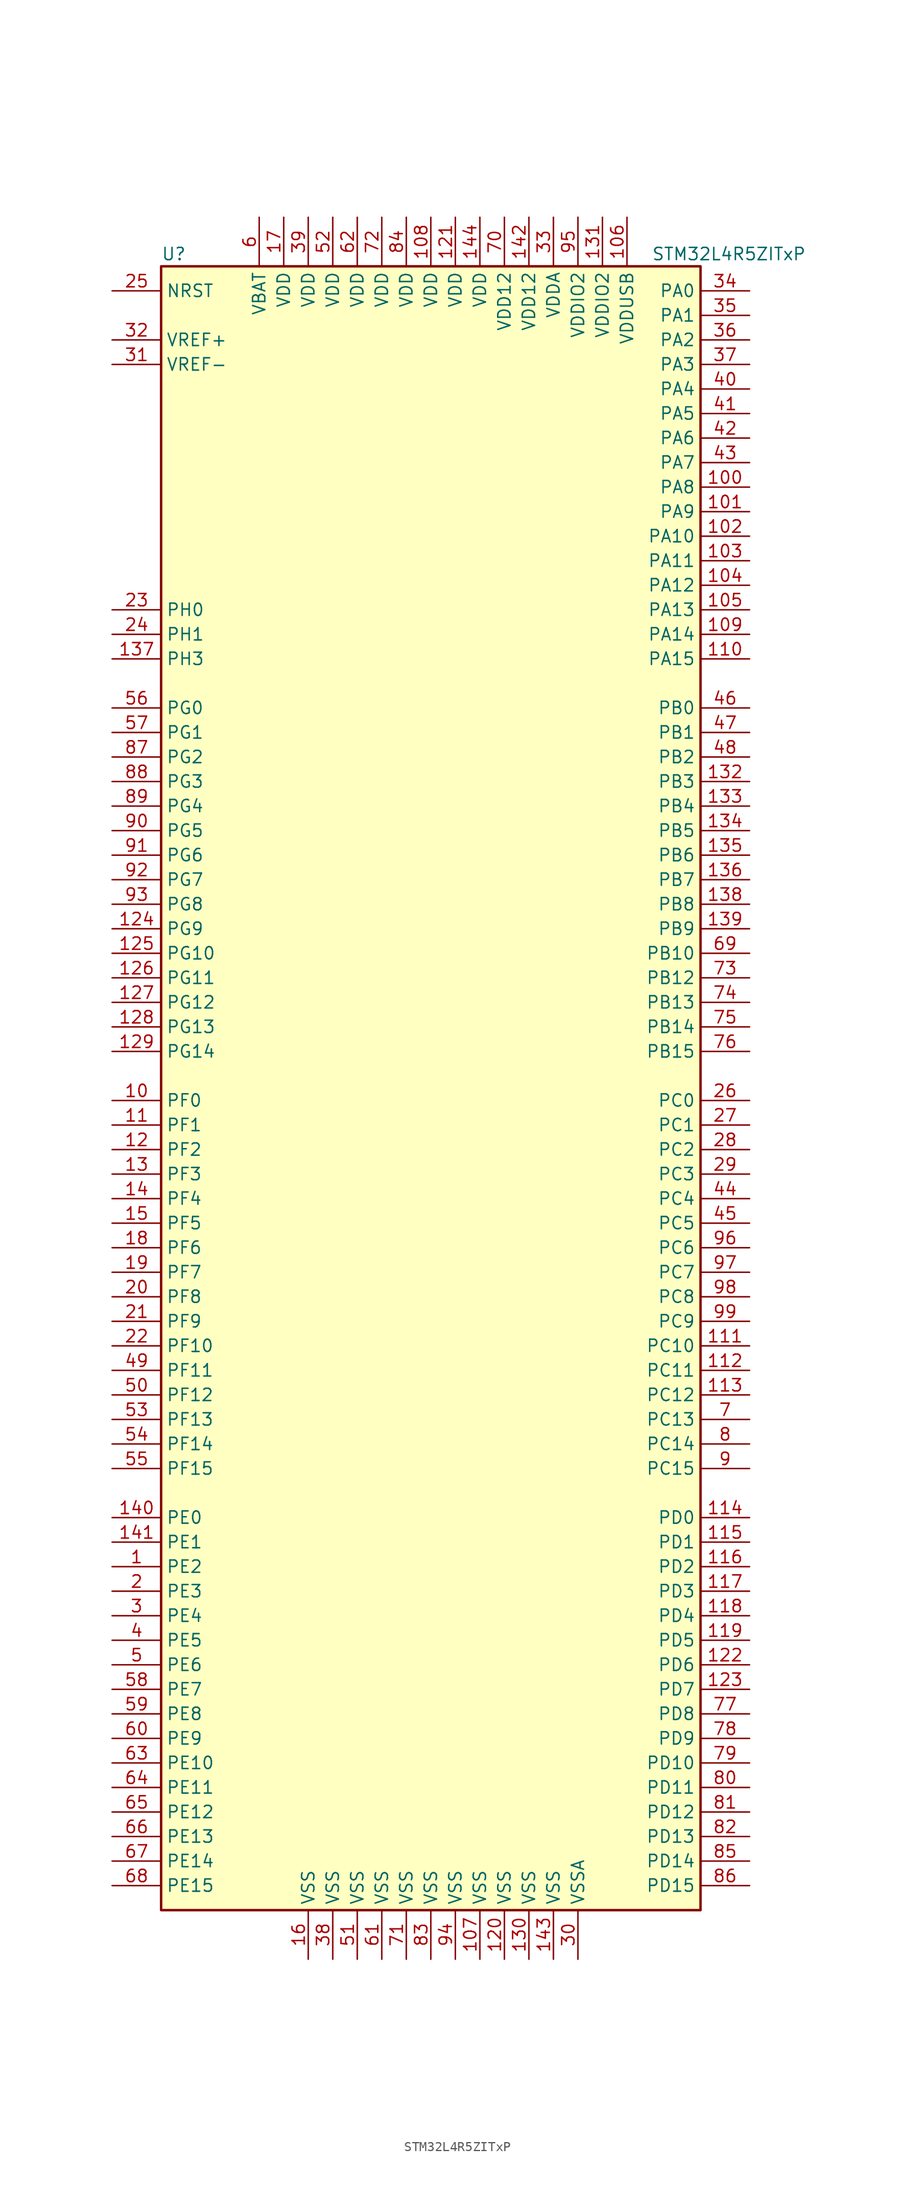
<source format=kicad_sym>
(kicad_symbol_lib
  (version 20201005)
  (generator kicad_symbol_editor)
  (symbol "STM32L4R5ZITxP"
    (property "Reference" "U"
      (at -27.94 85.09 0)
      (effects (font (size 1.27 1.27)) (justify left)))
    (property "Value" "STM32L4R5ZITxP"
      (at 22.86 85.09 0)
      (effects (font (size 1.27 1.27)) (justify left)))
    (symbol "STM32L4R5ZITxP_0_1"
      (rectangle (start -27.94 -86.36) (end 27.94 83.82) (stroke (width 0.254)) (fill (type background))))
    (symbol "STM32L4R5ZITxP_1_1"
      (pin input line (at -33.02 81.28 0) (length 5.08) (name "NRST" (effects (font (size 1.27 1.27)))) (number "25" (effects (font (size 1.27 1.27)))))
      (pin bidirectional line (at 33.02 81.28 180) (length 5.08) (name "PA0" (effects (font (size 1.27 1.27)))) (number "34" (effects (font (size 1.27 1.27)))))
      (pin bidirectional line (at 33.02 78.74 180) (length 5.08) (name "PA1" (effects (font (size 1.27 1.27)))) (number "35" (effects (font (size 1.27 1.27)))))
      (pin bidirectional line (at 33.02 55.88 180) (length 5.08) (name "PA10" (effects (font (size 1.27 1.27)))) (number "102" (effects (font (size 1.27 1.27)))))
      (pin bidirectional line (at 33.02 53.34 180) (length 5.08) (name "PA11" (effects (font (size 1.27 1.27)))) (number "103" (effects (font (size 1.27 1.27)))))
      (pin bidirectional line (at 33.02 50.8 180) (length 5.08) (name "PA12" (effects (font (size 1.27 1.27)))) (number "104" (effects (font (size 1.27 1.27)))))
      (pin bidirectional line (at 33.02 48.26 180) (length 5.08) (name "PA13" (effects (font (size 1.27 1.27)))) (number "105" (effects (font (size 1.27 1.27)))))
      (pin bidirectional line (at 33.02 45.72 180) (length 5.08) (name "PA14" (effects (font (size 1.27 1.27)))) (number "109" (effects (font (size 1.27 1.27)))))
      (pin bidirectional line (at 33.02 43.18 180) (length 5.08) (name "PA15" (effects (font (size 1.27 1.27)))) (number "110" (effects (font (size 1.27 1.27)))))
      (pin bidirectional line (at 33.02 76.2 180) (length 5.08) (name "PA2" (effects (font (size 1.27 1.27)))) (number "36" (effects (font (size 1.27 1.27)))))
      (pin bidirectional line (at 33.02 73.66 180) (length 5.08) (name "PA3" (effects (font (size 1.27 1.27)))) (number "37" (effects (font (size 1.27 1.27)))))
      (pin bidirectional line (at 33.02 71.12 180) (length 5.08) (name "PA4" (effects (font (size 1.27 1.27)))) (number "40" (effects (font (size 1.27 1.27)))))
      (pin bidirectional line (at 33.02 68.58 180) (length 5.08) (name "PA5" (effects (font (size 1.27 1.27)))) (number "41" (effects (font (size 1.27 1.27)))))
      (pin bidirectional line (at 33.02 66.04 180) (length 5.08) (name "PA6" (effects (font (size 1.27 1.27)))) (number "42" (effects (font (size 1.27 1.27)))))
      (pin bidirectional line (at 33.02 63.5 180) (length 5.08) (name "PA7" (effects (font (size 1.27 1.27)))) (number "43" (effects (font (size 1.27 1.27)))))
      (pin bidirectional line (at 33.02 60.96 180) (length 5.08) (name "PA8" (effects (font (size 1.27 1.27)))) (number "100" (effects (font (size 1.27 1.27)))))
      (pin bidirectional line (at 33.02 58.42 180) (length 5.08) (name "PA9" (effects (font (size 1.27 1.27)))) (number "101" (effects (font (size 1.27 1.27)))))
      (pin bidirectional line (at 33.02 38.1 180) (length 5.08) (name "PB0" (effects (font (size 1.27 1.27)))) (number "46" (effects (font (size 1.27 1.27)))))
      (pin bidirectional line (at 33.02 35.56 180) (length 5.08) (name "PB1" (effects (font (size 1.27 1.27)))) (number "47" (effects (font (size 1.27 1.27)))))
      (pin bidirectional line (at 33.02 12.7 180) (length 5.08) (name "PB10" (effects (font (size 1.27 1.27)))) (number "69" (effects (font (size 1.27 1.27)))))
      (pin bidirectional line (at 33.02 10.16 180) (length 5.08) (name "PB12" (effects (font (size 1.27 1.27)))) (number "73" (effects (font (size 1.27 1.27)))))
      (pin bidirectional line (at 33.02 7.62 180) (length 5.08) (name "PB13" (effects (font (size 1.27 1.27)))) (number "74" (effects (font (size 1.27 1.27)))))
      (pin bidirectional line (at 33.02 5.08 180) (length 5.08) (name "PB14" (effects (font (size 1.27 1.27)))) (number "75" (effects (font (size 1.27 1.27)))))
      (pin bidirectional line (at 33.02 2.54 180) (length 5.08) (name "PB15" (effects (font (size 1.27 1.27)))) (number "76" (effects (font (size 1.27 1.27)))))
      (pin bidirectional line (at 33.02 33.02 180) (length 5.08) (name "PB2" (effects (font (size 1.27 1.27)))) (number "48" (effects (font (size 1.27 1.27)))))
      (pin bidirectional line (at 33.02 30.48 180) (length 5.08) (name "PB3" (effects (font (size 1.27 1.27)))) (number "132" (effects (font (size 1.27 1.27)))))
      (pin bidirectional line (at 33.02 27.94 180) (length 5.08) (name "PB4" (effects (font (size 1.27 1.27)))) (number "133" (effects (font (size 1.27 1.27)))))
      (pin bidirectional line (at 33.02 25.4 180) (length 5.08) (name "PB5" (effects (font (size 1.27 1.27)))) (number "134" (effects (font (size 1.27 1.27)))))
      (pin bidirectional line (at 33.02 22.86 180) (length 5.08) (name "PB6" (effects (font (size 1.27 1.27)))) (number "135" (effects (font (size 1.27 1.27)))))
      (pin bidirectional line (at 33.02 20.32 180) (length 5.08) (name "PB7" (effects (font (size 1.27 1.27)))) (number "136" (effects (font (size 1.27 1.27)))))
      (pin bidirectional line (at 33.02 17.78 180) (length 5.08) (name "PB8" (effects (font (size 1.27 1.27)))) (number "138" (effects (font (size 1.27 1.27)))))
      (pin bidirectional line (at 33.02 15.24 180) (length 5.08) (name "PB9" (effects (font (size 1.27 1.27)))) (number "139" (effects (font (size 1.27 1.27)))))
      (pin bidirectional line (at 33.02 -2.54 180) (length 5.08) (name "PC0" (effects (font (size 1.27 1.27)))) (number "26" (effects (font (size 1.27 1.27)))))
      (pin bidirectional line (at 33.02 -5.08 180) (length 5.08) (name "PC1" (effects (font (size 1.27 1.27)))) (number "27" (effects (font (size 1.27 1.27)))))
      (pin bidirectional line (at 33.02 -27.94 180) (length 5.08) (name "PC10" (effects (font (size 1.27 1.27)))) (number "111" (effects (font (size 1.27 1.27)))))
      (pin bidirectional line (at 33.02 -30.48 180) (length 5.08) (name "PC11" (effects (font (size 1.27 1.27)))) (number "112" (effects (font (size 1.27 1.27)))))
      (pin bidirectional line (at 33.02 -33.02 180) (length 5.08) (name "PC12" (effects (font (size 1.27 1.27)))) (number "113" (effects (font (size 1.27 1.27)))))
      (pin bidirectional line (at 33.02 -35.56 180) (length 5.08) (name "PC13" (effects (font (size 1.27 1.27)))) (number "7" (effects (font (size 1.27 1.27)))))
      (pin bidirectional line (at 33.02 -38.1 180) (length 5.08) (name "PC14" (effects (font (size 1.27 1.27)))) (number "8" (effects (font (size 1.27 1.27)))))
      (pin bidirectional line (at 33.02 -40.64 180) (length 5.08) (name "PC15" (effects (font (size 1.27 1.27)))) (number "9" (effects (font (size 1.27 1.27)))))
      (pin bidirectional line (at 33.02 -7.62 180) (length 5.08) (name "PC2" (effects (font (size 1.27 1.27)))) (number "28" (effects (font (size 1.27 1.27)))))
      (pin bidirectional line (at 33.02 -10.16 180) (length 5.08) (name "PC3" (effects (font (size 1.27 1.27)))) (number "29" (effects (font (size 1.27 1.27)))))
      (pin bidirectional line (at 33.02 -12.7 180) (length 5.08) (name "PC4" (effects (font (size 1.27 1.27)))) (number "44" (effects (font (size 1.27 1.27)))))
      (pin bidirectional line (at 33.02 -15.24 180) (length 5.08) (name "PC5" (effects (font (size 1.27 1.27)))) (number "45" (effects (font (size 1.27 1.27)))))
      (pin bidirectional line (at 33.02 -17.78 180) (length 5.08) (name "PC6" (effects (font (size 1.27 1.27)))) (number "96" (effects (font (size 1.27 1.27)))))
      (pin bidirectional line (at 33.02 -20.32 180) (length 5.08) (name "PC7" (effects (font (size 1.27 1.27)))) (number "97" (effects (font (size 1.27 1.27)))))
      (pin bidirectional line (at 33.02 -22.86 180) (length 5.08) (name "PC8" (effects (font (size 1.27 1.27)))) (number "98" (effects (font (size 1.27 1.27)))))
      (pin bidirectional line (at 33.02 -25.4 180) (length 5.08) (name "PC9" (effects (font (size 1.27 1.27)))) (number "99" (effects (font (size 1.27 1.27)))))
      (pin bidirectional line (at 33.02 -45.72 180) (length 5.08) (name "PD0" (effects (font (size 1.27 1.27)))) (number "114" (effects (font (size 1.27 1.27)))))
      (pin bidirectional line (at 33.02 -48.26 180) (length 5.08) (name "PD1" (effects (font (size 1.27 1.27)))) (number "115" (effects (font (size 1.27 1.27)))))
      (pin bidirectional line (at 33.02 -71.12 180) (length 5.08) (name "PD10" (effects (font (size 1.27 1.27)))) (number "79" (effects (font (size 1.27 1.27)))))
      (pin bidirectional line (at 33.02 -73.66 180) (length 5.08) (name "PD11" (effects (font (size 1.27 1.27)))) (number "80" (effects (font (size 1.27 1.27)))))
      (pin bidirectional line (at 33.02 -76.2 180) (length 5.08) (name "PD12" (effects (font (size 1.27 1.27)))) (number "81" (effects (font (size 1.27 1.27)))))
      (pin bidirectional line (at 33.02 -78.74 180) (length 5.08) (name "PD13" (effects (font (size 1.27 1.27)))) (number "82" (effects (font (size 1.27 1.27)))))
      (pin bidirectional line (at 33.02 -81.28 180) (length 5.08) (name "PD14" (effects (font (size 1.27 1.27)))) (number "85" (effects (font (size 1.27 1.27)))))
      (pin bidirectional line (at 33.02 -83.82 180) (length 5.08) (name "PD15" (effects (font (size 1.27 1.27)))) (number "86" (effects (font (size 1.27 1.27)))))
      (pin bidirectional line (at 33.02 -50.8 180) (length 5.08) (name "PD2" (effects (font (size 1.27 1.27)))) (number "116" (effects (font (size 1.27 1.27)))))
      (pin bidirectional line (at 33.02 -53.34 180) (length 5.08) (name "PD3" (effects (font (size 1.27 1.27)))) (number "117" (effects (font (size 1.27 1.27)))))
      (pin bidirectional line (at 33.02 -55.88 180) (length 5.08) (name "PD4" (effects (font (size 1.27 1.27)))) (number "118" (effects (font (size 1.27 1.27)))))
      (pin bidirectional line (at 33.02 -58.42 180) (length 5.08) (name "PD5" (effects (font (size 1.27 1.27)))) (number "119" (effects (font (size 1.27 1.27)))))
      (pin bidirectional line (at 33.02 -60.96 180) (length 5.08) (name "PD6" (effects (font (size 1.27 1.27)))) (number "122" (effects (font (size 1.27 1.27)))))
      (pin bidirectional line (at 33.02 -63.5 180) (length 5.08) (name "PD7" (effects (font (size 1.27 1.27)))) (number "123" (effects (font (size 1.27 1.27)))))
      (pin bidirectional line (at 33.02 -66.04 180) (length 5.08) (name "PD8" (effects (font (size 1.27 1.27)))) (number "77" (effects (font (size 1.27 1.27)))))
      (pin bidirectional line (at 33.02 -68.58 180) (length 5.08) (name "PD9" (effects (font (size 1.27 1.27)))) (number "78" (effects (font (size 1.27 1.27)))))
      (pin bidirectional line (at -33.02 -45.72 0) (length 5.08) (name "PE0" (effects (font (size 1.27 1.27)))) (number "140" (effects (font (size 1.27 1.27)))))
      (pin bidirectional line (at -33.02 -48.26 0) (length 5.08) (name "PE1" (effects (font (size 1.27 1.27)))) (number "141" (effects (font (size 1.27 1.27)))))
      (pin bidirectional line (at -33.02 -71.12 0) (length 5.08) (name "PE10" (effects (font (size 1.27 1.27)))) (number "63" (effects (font (size 1.27 1.27)))))
      (pin bidirectional line (at -33.02 -73.66 0) (length 5.08) (name "PE11" (effects (font (size 1.27 1.27)))) (number "64" (effects (font (size 1.27 1.27)))))
      (pin bidirectional line (at -33.02 -76.2 0) (length 5.08) (name "PE12" (effects (font (size 1.27 1.27)))) (number "65" (effects (font (size 1.27 1.27)))))
      (pin bidirectional line (at -33.02 -78.74 0) (length 5.08) (name "PE13" (effects (font (size 1.27 1.27)))) (number "66" (effects (font (size 1.27 1.27)))))
      (pin bidirectional line (at -33.02 -81.28 0) (length 5.08) (name "PE14" (effects (font (size 1.27 1.27)))) (number "67" (effects (font (size 1.27 1.27)))))
      (pin bidirectional line (at -33.02 -83.82 0) (length 5.08) (name "PE15" (effects (font (size 1.27 1.27)))) (number "68" (effects (font (size 1.27 1.27)))))
      (pin bidirectional line (at -33.02 -50.8 0) (length 5.08) (name "PE2" (effects (font (size 1.27 1.27)))) (number "1" (effects (font (size 1.27 1.27)))))
      (pin bidirectional line (at -33.02 -53.34 0) (length 5.08) (name "PE3" (effects (font (size 1.27 1.27)))) (number "2" (effects (font (size 1.27 1.27)))))
      (pin bidirectional line (at -33.02 -55.88 0) (length 5.08) (name "PE4" (effects (font (size 1.27 1.27)))) (number "3" (effects (font (size 1.27 1.27)))))
      (pin bidirectional line (at -33.02 -58.42 0) (length 5.08) (name "PE5" (effects (font (size 1.27 1.27)))) (number "4" (effects (font (size 1.27 1.27)))))
      (pin bidirectional line (at -33.02 -60.96 0) (length 5.08) (name "PE6" (effects (font (size 1.27 1.27)))) (number "5" (effects (font (size 1.27 1.27)))))
      (pin bidirectional line (at -33.02 -63.5 0) (length 5.08) (name "PE7" (effects (font (size 1.27 1.27)))) (number "58" (effects (font (size 1.27 1.27)))))
      (pin bidirectional line (at -33.02 -66.04 0) (length 5.08) (name "PE8" (effects (font (size 1.27 1.27)))) (number "59" (effects (font (size 1.27 1.27)))))
      (pin bidirectional line (at -33.02 -68.58 0) (length 5.08) (name "PE9" (effects (font (size 1.27 1.27)))) (number "60" (effects (font (size 1.27 1.27)))))
      (pin bidirectional line (at -33.02 -2.54 0) (length 5.08) (name "PF0" (effects (font (size 1.27 1.27)))) (number "10" (effects (font (size 1.27 1.27)))))
      (pin bidirectional line (at -33.02 -5.08 0) (length 5.08) (name "PF1" (effects (font (size 1.27 1.27)))) (number "11" (effects (font (size 1.27 1.27)))))
      (pin bidirectional line (at -33.02 -27.94 0) (length 5.08) (name "PF10" (effects (font (size 1.27 1.27)))) (number "22" (effects (font (size 1.27 1.27)))))
      (pin bidirectional line (at -33.02 -30.48 0) (length 5.08) (name "PF11" (effects (font (size 1.27 1.27)))) (number "49" (effects (font (size 1.27 1.27)))))
      (pin bidirectional line (at -33.02 -33.02 0) (length 5.08) (name "PF12" (effects (font (size 1.27 1.27)))) (number "50" (effects (font (size 1.27 1.27)))))
      (pin bidirectional line (at -33.02 -35.56 0) (length 5.08) (name "PF13" (effects (font (size 1.27 1.27)))) (number "53" (effects (font (size 1.27 1.27)))))
      (pin bidirectional line (at -33.02 -38.1 0) (length 5.08) (name "PF14" (effects (font (size 1.27 1.27)))) (number "54" (effects (font (size 1.27 1.27)))))
      (pin bidirectional line (at -33.02 -40.64 0) (length 5.08) (name "PF15" (effects (font (size 1.27 1.27)))) (number "55" (effects (font (size 1.27 1.27)))))
      (pin bidirectional line (at -33.02 -7.62 0) (length 5.08) (name "PF2" (effects (font (size 1.27 1.27)))) (number "12" (effects (font (size 1.27 1.27)))))
      (pin bidirectional line (at -33.02 -10.16 0) (length 5.08) (name "PF3" (effects (font (size 1.27 1.27)))) (number "13" (effects (font (size 1.27 1.27)))))
      (pin bidirectional line (at -33.02 -12.7 0) (length 5.08) (name "PF4" (effects (font (size 1.27 1.27)))) (number "14" (effects (font (size 1.27 1.27)))))
      (pin bidirectional line (at -33.02 -15.24 0) (length 5.08) (name "PF5" (effects (font (size 1.27 1.27)))) (number "15" (effects (font (size 1.27 1.27)))))
      (pin bidirectional line (at -33.02 -17.78 0) (length 5.08) (name "PF6" (effects (font (size 1.27 1.27)))) (number "18" (effects (font (size 1.27 1.27)))))
      (pin bidirectional line (at -33.02 -20.32 0) (length 5.08) (name "PF7" (effects (font (size 1.27 1.27)))) (number "19" (effects (font (size 1.27 1.27)))))
      (pin bidirectional line (at -33.02 -22.86 0) (length 5.08) (name "PF8" (effects (font (size 1.27 1.27)))) (number "20" (effects (font (size 1.27 1.27)))))
      (pin bidirectional line (at -33.02 -25.4 0) (length 5.08) (name "PF9" (effects (font (size 1.27 1.27)))) (number "21" (effects (font (size 1.27 1.27)))))
      (pin bidirectional line (at -33.02 38.1 0) (length 5.08) (name "PG0" (effects (font (size 1.27 1.27)))) (number "56" (effects (font (size 1.27 1.27)))))
      (pin bidirectional line (at -33.02 35.56 0) (length 5.08) (name "PG1" (effects (font (size 1.27 1.27)))) (number "57" (effects (font (size 1.27 1.27)))))
      (pin bidirectional line (at -33.02 12.7 0) (length 5.08) (name "PG10" (effects (font (size 1.27 1.27)))) (number "125" (effects (font (size 1.27 1.27)))))
      (pin bidirectional line (at -33.02 10.16 0) (length 5.08) (name "PG11" (effects (font (size 1.27 1.27)))) (number "126" (effects (font (size 1.27 1.27)))))
      (pin bidirectional line (at -33.02 7.62 0) (length 5.08) (name "PG12" (effects (font (size 1.27 1.27)))) (number "127" (effects (font (size 1.27 1.27)))))
      (pin bidirectional line (at -33.02 5.08 0) (length 5.08) (name "PG13" (effects (font (size 1.27 1.27)))) (number "128" (effects (font (size 1.27 1.27)))))
      (pin bidirectional line (at -33.02 2.54 0) (length 5.08) (name "PG14" (effects (font (size 1.27 1.27)))) (number "129" (effects (font (size 1.27 1.27)))))
      (pin bidirectional line (at -33.02 33.02 0) (length 5.08) (name "PG2" (effects (font (size 1.27 1.27)))) (number "87" (effects (font (size 1.27 1.27)))))
      (pin bidirectional line (at -33.02 30.48 0) (length 5.08) (name "PG3" (effects (font (size 1.27 1.27)))) (number "88" (effects (font (size 1.27 1.27)))))
      (pin bidirectional line (at -33.02 27.94 0) (length 5.08) (name "PG4" (effects (font (size 1.27 1.27)))) (number "89" (effects (font (size 1.27 1.27)))))
      (pin bidirectional line (at -33.02 25.4 0) (length 5.08) (name "PG5" (effects (font (size 1.27 1.27)))) (number "90" (effects (font (size 1.27 1.27)))))
      (pin bidirectional line (at -33.02 22.86 0) (length 5.08) (name "PG6" (effects (font (size 1.27 1.27)))) (number "91" (effects (font (size 1.27 1.27)))))
      (pin bidirectional line (at -33.02 20.32 0) (length 5.08) (name "PG7" (effects (font (size 1.27 1.27)))) (number "92" (effects (font (size 1.27 1.27)))))
      (pin bidirectional line (at -33.02 17.78 0) (length 5.08) (name "PG8" (effects (font (size 1.27 1.27)))) (number "93" (effects (font (size 1.27 1.27)))))
      (pin bidirectional line (at -33.02 15.24 0) (length 5.08) (name "PG9" (effects (font (size 1.27 1.27)))) (number "124" (effects (font (size 1.27 1.27)))))
      (pin input line (at -33.02 48.26 0) (length 5.08) (name "PH0" (effects (font (size 1.27 1.27)))) (number "23" (effects (font (size 1.27 1.27)))))
      (pin input line (at -33.02 45.72 0) (length 5.08) (name "PH1" (effects (font (size 1.27 1.27)))) (number "24" (effects (font (size 1.27 1.27)))))
      (pin bidirectional line (at -33.02 43.18 0) (length 5.08) (name "PH3" (effects (font (size 1.27 1.27)))) (number "137" (effects (font (size 1.27 1.27)))))
      (pin power_in line (at -17.78 88.9 270) (length 5.08) (name "VBAT" (effects (font (size 1.27 1.27)))) (number "6" (effects (font (size 1.27 1.27)))))
      (pin power_in line (at 0 88.9 270) (length 5.08) (name "VDD" (effects (font (size 1.27 1.27)))) (number "108" (effects (font (size 1.27 1.27)))))
      (pin power_in line (at 2.54 88.9 270) (length 5.08) (name "VDD" (effects (font (size 1.27 1.27)))) (number "121" (effects (font (size 1.27 1.27)))))
      (pin power_in line (at 5.08 88.9 270) (length 5.08) (name "VDD" (effects (font (size 1.27 1.27)))) (number "144" (effects (font (size 1.27 1.27)))))
      (pin power_in line (at -15.24 88.9 270) (length 5.08) (name "VDD" (effects (font (size 1.27 1.27)))) (number "17" (effects (font (size 1.27 1.27)))))
      (pin power_in line (at -12.7 88.9 270) (length 5.08) (name "VDD" (effects (font (size 1.27 1.27)))) (number "39" (effects (font (size 1.27 1.27)))))
      (pin power_in line (at -10.16 88.9 270) (length 5.08) (name "VDD" (effects (font (size 1.27 1.27)))) (number "52" (effects (font (size 1.27 1.27)))))
      (pin power_in line (at -7.62 88.9 270) (length 5.08) (name "VDD" (effects (font (size 1.27 1.27)))) (number "62" (effects (font (size 1.27 1.27)))))
      (pin power_in line (at -5.08 88.9 270) (length 5.08) (name "VDD" (effects (font (size 1.27 1.27)))) (number "72" (effects (font (size 1.27 1.27)))))
      (pin power_in line (at -2.54 88.9 270) (length 5.08) (name "VDD" (effects (font (size 1.27 1.27)))) (number "84" (effects (font (size 1.27 1.27)))))
      (pin power_in line (at 10.16 88.9 270) (length 5.08) (name "VDD12" (effects (font (size 1.27 1.27)))) (number "142" (effects (font (size 1.27 1.27)))))
      (pin power_in line (at 7.62 88.9 270) (length 5.08) (name "VDD12" (effects (font (size 1.27 1.27)))) (number "70" (effects (font (size 1.27 1.27)))))
      (pin power_in line (at 12.7 88.9 270) (length 5.08) (name "VDDA" (effects (font (size 1.27 1.27)))) (number "33" (effects (font (size 1.27 1.27)))))
      (pin power_in line (at 17.78 88.9 270) (length 5.08) (name "VDDIO2" (effects (font (size 1.27 1.27)))) (number "131" (effects (font (size 1.27 1.27)))))
      (pin power_in line (at 15.24 88.9 270) (length 5.08) (name "VDDIO2" (effects (font (size 1.27 1.27)))) (number "95" (effects (font (size 1.27 1.27)))))
      (pin power_in line (at 20.32 88.9 270) (length 5.08) (name "VDDUSB" (effects (font (size 1.27 1.27)))) (number "106" (effects (font (size 1.27 1.27)))))
      (pin bidirectional line (at -33.02 76.2 0) (length 5.08) (name "VREF+" (effects (font (size 1.27 1.27)))) (number "32" (effects (font (size 1.27 1.27)))))
      (pin power_in line (at -33.02 73.66 0) (length 5.08) (name "VREF-" (effects (font (size 1.27 1.27)))) (number "31" (effects (font (size 1.27 1.27)))))
      (pin power_in line (at 5.08 -91.44 90) (length 5.08) (name "VSS" (effects (font (size 1.27 1.27)))) (number "107" (effects (font (size 1.27 1.27)))))
      (pin power_in line (at 7.62 -91.44 90) (length 5.08) (name "VSS" (effects (font (size 1.27 1.27)))) (number "120" (effects (font (size 1.27 1.27)))))
      (pin power_in line (at 10.16 -91.44 90) (length 5.08) (name "VSS" (effects (font (size 1.27 1.27)))) (number "130" (effects (font (size 1.27 1.27)))))
      (pin power_in line (at 12.7 -91.44 90) (length 5.08) (name "VSS" (effects (font (size 1.27 1.27)))) (number "143" (effects (font (size 1.27 1.27)))))
      (pin power_in line (at -12.7 -91.44 90) (length 5.08) (name "VSS" (effects (font (size 1.27 1.27)))) (number "16" (effects (font (size 1.27 1.27)))))
      (pin power_in line (at -10.16 -91.44 90) (length 5.08) (name "VSS" (effects (font (size 1.27 1.27)))) (number "38" (effects (font (size 1.27 1.27)))))
      (pin power_in line (at -7.62 -91.44 90) (length 5.08) (name "VSS" (effects (font (size 1.27 1.27)))) (number "51" (effects (font (size 1.27 1.27)))))
      (pin power_in line (at -5.08 -91.44 90) (length 5.08) (name "VSS" (effects (font (size 1.27 1.27)))) (number "61" (effects (font (size 1.27 1.27)))))
      (pin power_in line (at -2.54 -91.44 90) (length 5.08) (name "VSS" (effects (font (size 1.27 1.27)))) (number "71" (effects (font (size 1.27 1.27)))))
      (pin power_in line (at 0 -91.44 90) (length 5.08) (name "VSS" (effects (font (size 1.27 1.27)))) (number "83" (effects (font (size 1.27 1.27)))))
      (pin power_in line (at 2.54 -91.44 90) (length 5.08) (name "VSS" (effects (font (size 1.27 1.27)))) (number "94" (effects (font (size 1.27 1.27)))))
      (pin power_in line (at 15.24 -91.44 90) (length 5.08) (name "VSSA" (effects (font (size 1.27 1.27)))) (number "30" (effects (font (size 1.27 1.27))))))))
</source>
